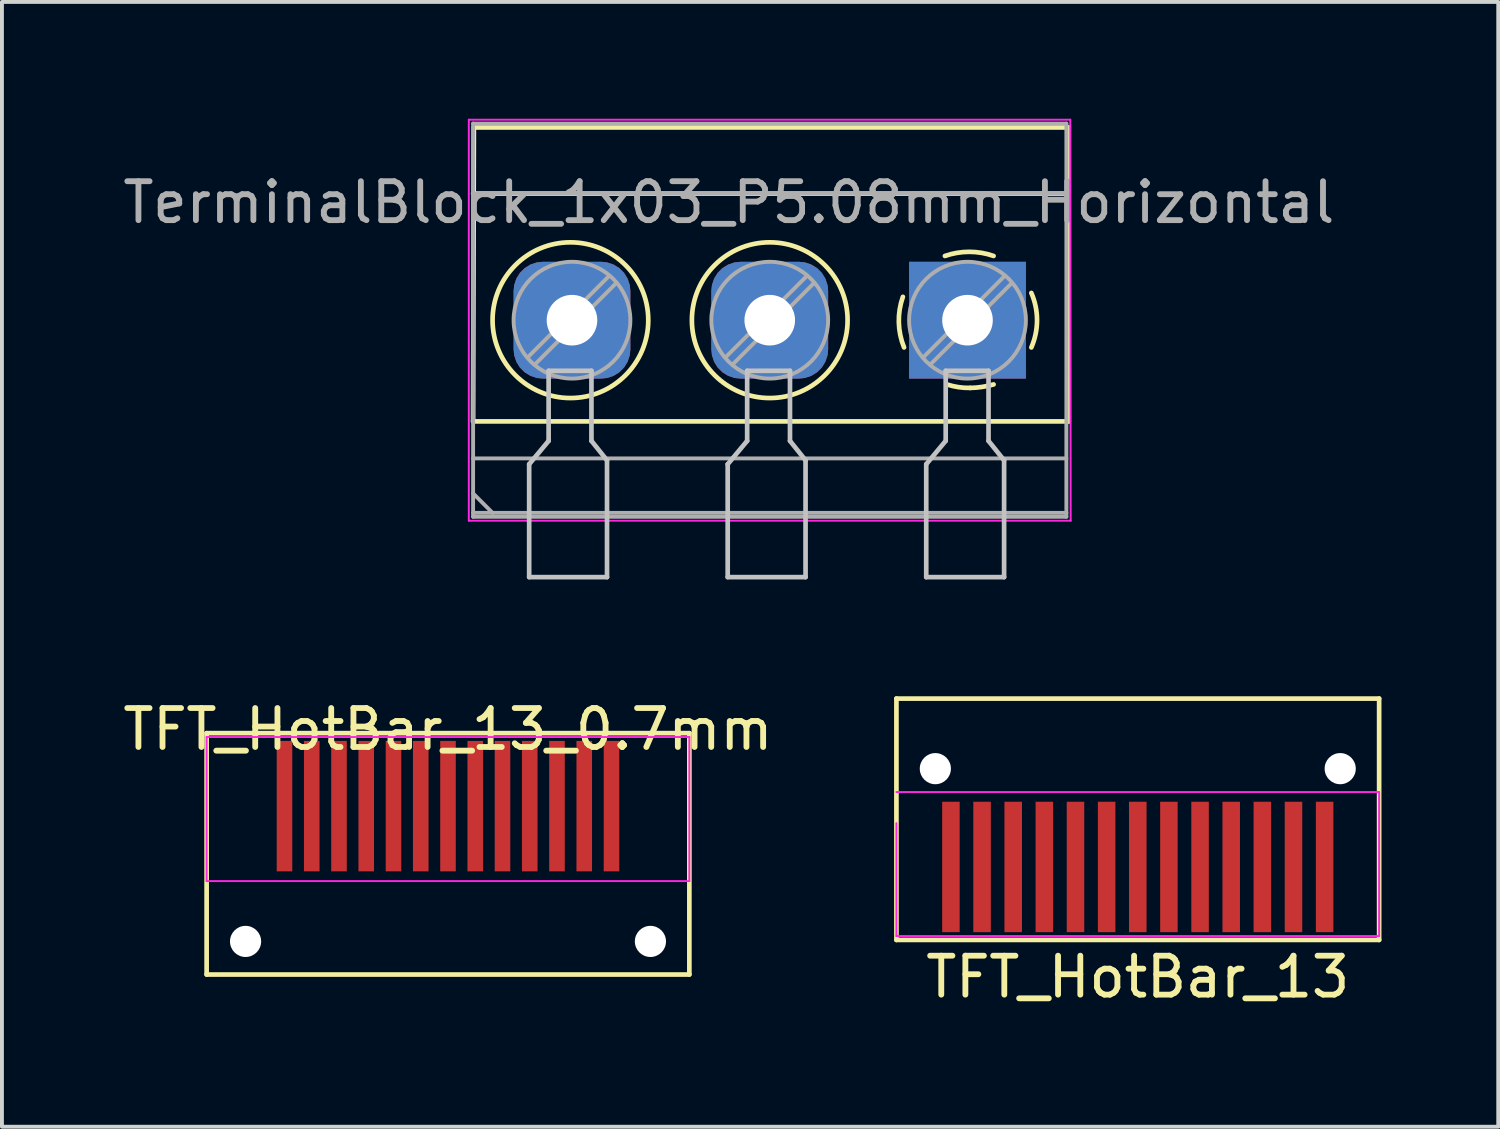
<source format=kicad_pcb>
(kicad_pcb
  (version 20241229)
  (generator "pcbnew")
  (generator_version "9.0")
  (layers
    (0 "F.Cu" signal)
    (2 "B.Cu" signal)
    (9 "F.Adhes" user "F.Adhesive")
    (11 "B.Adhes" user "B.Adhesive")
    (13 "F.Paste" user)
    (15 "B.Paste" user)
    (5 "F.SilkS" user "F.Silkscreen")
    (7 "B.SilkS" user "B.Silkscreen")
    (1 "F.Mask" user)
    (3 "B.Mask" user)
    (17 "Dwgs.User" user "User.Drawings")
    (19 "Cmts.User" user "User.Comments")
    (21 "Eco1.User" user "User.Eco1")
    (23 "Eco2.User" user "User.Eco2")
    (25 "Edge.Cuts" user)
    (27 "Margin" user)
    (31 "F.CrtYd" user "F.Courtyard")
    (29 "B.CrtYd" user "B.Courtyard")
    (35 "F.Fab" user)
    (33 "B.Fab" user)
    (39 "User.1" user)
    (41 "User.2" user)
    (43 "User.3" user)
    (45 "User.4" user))
  (footprint "TFT_HotBar_13_0.7mm"
    (layer "F.Cu")
    (at 8.458 18.983)
    (property "Reference" "TFT_HotBar_13_0.7mm" (at 0 -3.3 180) (layer "F.SilkS") (effects (font (size 1 1) (thickness 0.15))))
    (attr through_hole)
    (fp_line (start -6.2 -3.2) (end -6.2 3) (stroke (width 0.12) (type default)) (layer "F.SilkS"))
    (fp_line (start 6.2 -3.2) (end -6.2 -3.2) (stroke (width 0.12) (type default)) (layer "F.SilkS"))
    (fp_line (start 6.2 -3.2) (end 6.2 3) (stroke (width 0.12) (type default)) (layer "F.SilkS"))
    (fp_line (start 6.2 3) (end -6.2 3) (stroke (width 0.12) (type default)) (layer "F.SilkS"))
    (fp_line (start -6.2 0.6) (end -6.2 -3.1) (stroke (width 0.05) (type default)) (layer "F.CrtYd"))
    (fp_line (start 6.2 -3.1) (end -6.2 -3.1) (stroke (width 0.05) (type default)) (layer "F.CrtYd"))
    (fp_line (start 6.2 0.6) (end -6.2 0.6) (stroke (width 0.05) (type default)) (layer "F.CrtYd"))
    (fp_line (start 6.2 0.6) (end 6.2 -3.1) (stroke (width 0.05) (type default)) (layer "F.CrtYd"))
    (pad "" np_thru_hole circle (at -5.2 2.15 180) (size 0.8 0.8) (drill 0.8) (layers "*.Cu" "*.Mask"))
    (pad "" np_thru_hole circle (at 5.2 2.15 180) (size 0.8 0.8) (drill 0.8) (layers "*.Cu" "*.Mask"))
    (pad "1" smd rect (at 4.2 -1.325 180) (size 0.4 3.35) (layers "F.Cu" "F.Mask" "F.Paste"))
    (pad "2" smd rect (at 3.5 -1.325 180) (size 0.4 3.35) (layers "F.Cu" "F.Mask" "F.Paste"))
    (pad "3" smd rect (at 2.8 -1.325 180) (size 0.4 3.35) (layers "F.Cu" "F.Mask" "F.Paste"))
    (pad "4" smd rect (at 2.1 -1.325 180) (size 0.4 3.35) (layers "F.Cu" "F.Mask" "F.Paste"))
    (pad "5" smd rect (at 1.4 -1.325 180) (size 0.4 3.35) (layers "F.Cu" "F.Mask" "F.Paste"))
    (pad "6" smd rect (at 0.7 -1.325 180) (size 0.4 3.35) (layers "F.Cu" "F.Mask" "F.Paste"))
    (pad "7" smd rect (at 0 -1.325 180) (size 0.4 3.35) (layers "F.Cu" "F.Mask" "F.Paste"))
    (pad "8" smd rect (at -0.7 -1.325 180) (size 0.4 3.35) (layers "F.Cu" "F.Mask" "F.Paste"))
    (pad "9" smd rect (at -1.4 -1.325 180) (size 0.4 3.35) (layers "F.Cu" "F.Mask" "F.Paste"))
    (pad "10" smd rect (at -2.1 -1.325 180) (size 0.4 3.35) (layers "F.Cu" "F.Mask" "F.Paste"))
    (pad "11" smd rect (at -2.8 -1.325 180) (size 0.4 3.35) (layers "F.Cu" "F.Mask" "F.Paste"))
    (pad "12" smd rect (at -3.5 -1.325 180) (size 0.4 3.35) (layers "F.Cu" "F.Mask" "F.Paste"))
    (pad "13" smd rect (at -4.2 -1.325 180) (size 0.4 3.35) (layers "F.Cu" "F.Mask" "F.Paste")))
  (footprint "TFT_HotBar_13"
    (layer "F.Cu")
    (at 26.177 19.695)
    (property "Reference" "TFT_HotBar_13" (at 0 2.35 0) (layer "F.SilkS") (effects (font (size 1 1) (thickness 0.15))))
    (attr through_hole)
    (fp_line (start -6.2 -4.8) (end 6.2 -4.8) (stroke (width 0.12) (type default)) (layer "F.SilkS"))
    (fp_line (start -6.2 1.4) (end -6.2 -4.8) (stroke (width 0.12) (type default)) (layer "F.SilkS"))
    (fp_line (start -6.2 1.4) (end 6.2 1.4) (stroke (width 0.12) (type default)) (layer "F.SilkS"))
    (fp_line (start 6.2 1.4) (end 6.2 -4.8) (stroke (width 0.12) (type default)) (layer "F.SilkS"))
    (fp_line (start -6.2 -2.4) (end 6.2 -2.4) (stroke (width 0.05) (type default)) (layer "F.CrtYd"))
    (fp_line (start -6.2 -1.6) (end -6.2 1.3) (stroke (width 0.05) (type default)) (layer "F.CrtYd"))
    (fp_line (start -6.2 1.3) (end 6.2 1.3) (stroke (width 0.05) (type default)) (layer "F.CrtYd"))
    (fp_line (start 6.2 -2.4) (end 6.2 1.3) (stroke (width 0.05) (type default)) (layer "F.CrtYd"))
    (pad "" np_thru_hole circle (at -5.2 -3) (size 0.8 0.8) (drill 0.8) (layers "*.Cu" "*.Mask"))
    (pad "" np_thru_hole circle (at 5.2 -3) (size 0.8 0.8) (drill 0.8) (layers "*.Cu" "*.Mask"))
    (pad "1" smd rect (at -4.8 -0.475) (size 0.45 3.35) (layers "F.Cu" "F.Mask" "F.Paste"))
    (pad "2" smd rect (at -4 -0.475) (size 0.45 3.35) (layers "F.Cu" "F.Mask" "F.Paste"))
    (pad "3" smd rect (at -3.2 -0.475) (size 0.45 3.35) (layers "F.Cu" "F.Mask" "F.Paste"))
    (pad "4" smd rect (at -2.4 -0.475) (size 0.45 3.35) (layers "F.Cu" "F.Mask" "F.Paste"))
    (pad "5" smd rect (at -1.6 -0.475) (size 0.45 3.35) (layers "F.Cu" "F.Mask" "F.Paste"))
    (pad "6" smd rect (at -0.8 -0.475) (size 0.45 3.35) (layers "F.Cu" "F.Mask" "F.Paste"))
    (pad "7" smd rect (at 0 -0.475) (size 0.45 3.35) (layers "F.Cu" "F.Mask" "F.Paste"))
    (pad "8" smd rect (at 0.8 -0.475) (size 0.45 3.35) (layers "F.Cu" "F.Mask" "F.Paste"))
    (pad "9" smd rect (at 1.6 -0.475) (size 0.45 3.35) (layers "F.Cu" "F.Mask" "F.Paste"))
    (pad "10" smd rect (at 2.4 -0.475) (size 0.45 3.35) (layers "F.Cu" "F.Mask" "F.Paste"))
    (pad "11" smd rect (at 3.2 -0.475) (size 0.45 3.35) (layers "F.Cu" "F.Mask" "F.Paste"))
    (pad "12" smd rect (at 4 -0.475) (size 0.45 3.35) (layers "F.Cu" "F.Mask" "F.Paste"))
    (pad "13" smd rect (at 4.8 -0.475) (size 0.45 3.35) (layers "F.Cu" "F.Mask" "F.Paste")))
  (footprint "TerminalBlock_1x03_P5.08mm_Horizontal"
    (layer "F.Cu")
    (at 16.723 5.175)
    (property "Reference" "TerminalBlock_1x03_P5.08mm_Horizontal" (at -1.05 -3.025 0) (layer "F.Fab") (effects (font (size 1 1) (thickness 0.15))))
    (property "Value" "(${VALUE})" (at 0 -7.2 0) (layer "F.SilkS") (hide yes) (effects (font (size 1.5 1.5) (thickness 0.3) (bold yes))))
    (attr through_hole)
    (fp_line (start -7.62 -3.251) (end 7.68 -3.251) (stroke (width 0.12) (type solid)) (layer "F.SilkS"))
    (fp_line (start -7.62 2.6) (end 7.68 2.6) (stroke (width 0.12) (type solid)) (layer "F.SilkS"))
    (fp_line (start -7.6 -4.95) (end -7.62 2.6) (stroke (width 0.12) (type solid)) (layer "F.SilkS"))
    (fp_line (start -7.6 -4.95) (end 7.68 -4.95) (stroke (width 0.12) (type solid)) (layer "F.SilkS"))
    (fp_line (start 7.68 -4.95) (end 7.68 2.6) (stroke (width 0.12) (type solid)) (layer "F.SilkS"))
    (fp_arc (start 3.45 0.7) (mid 3.315925 0.052748) (end 3.42 -0.6) (stroke (width 0.12) (type solid)) (layer "F.SilkS"))
    (fp_arc (start 4.5 -1.65) (mid 5.125 -1.756221) (end 5.75 -1.65) (stroke (width 0.12) (type solid)) (layer "F.SilkS"))
    (fp_arc (start 5.149826 1.739818) (mid 4.846182 1.719826) (end 4.55 1.65) (stroke (width 0.12) (type solid)) (layer "F.SilkS"))
    (fp_arc (start 5.75 1.65) (mid 5.452868 1.714655) (end 5.149826 1.739818) (stroke (width 0.12) (type solid)) (layer "F.SilkS"))
    (fp_arc (start 6.72 -0.7) (mid 6.866425 0) (end 6.72 0.7) (stroke (width 0.12) (type solid)) (layer "F.SilkS"))
    (fp_circle (center -5.12 0) (end -3.12 0) (stroke (width 0.12) (type solid)) (fill no) (layer "F.SilkS"))
    (fp_circle (center 0 0) (end 2 0) (stroke (width 0.12) (type solid)) (fill no) (layer "F.SilkS"))
    (fp_line (start -6.18 3.7) (end -6.18 6.6) (stroke (width 0.12) (type solid)) (layer "Dwgs.User"))
    (fp_line (start -6.18 6.6) (end -4.18 6.6) (stroke (width 0.12) (type solid)) (layer "Dwgs.User"))
    (fp_line (start -5.68 1.3) (end -5.68 3.1) (stroke (width 0.12) (type solid)) (layer "Dwgs.User"))
    (fp_line (start -5.68 3.1) (end -6.18 3.7) (stroke (width 0.12) (type solid)) (layer "Dwgs.User"))
    (fp_line (start -4.58 1.3) (end -5.68 1.3) (stroke (width 0.12) (type solid)) (layer "Dwgs.User"))
    (fp_line (start -4.58 3.1) (end -4.58 1.3) (stroke (width 0.12) (type solid)) (layer "Dwgs.User"))
    (fp_line (start -4.18 3.6) (end -4.58 3.1) (stroke (width 0.12) (type solid)) (layer "Dwgs.User"))
    (fp_line (start -4.18 6.6) (end -4.18 3.6) (stroke (width 0.12) (type solid)) (layer "Dwgs.User"))
    (fp_line (start -1.08 3.7) (end -1.08 6.6) (stroke (width 0.12) (type solid)) (layer "Dwgs.User"))
    (fp_line (start -1.08 6.6) (end 0.92 6.6) (stroke (width 0.12) (type solid)) (layer "Dwgs.User"))
    (fp_line (start -0.58 1.3) (end -0.58 3.1) (stroke (width 0.12) (type solid)) (layer "Dwgs.User"))
    (fp_line (start -0.58 3.1) (end -1.08 3.7) (stroke (width 0.12) (type solid)) (layer "Dwgs.User"))
    (fp_line (start 0.52 1.3) (end -0.58 1.3) (stroke (width 0.12) (type solid)) (layer "Dwgs.User"))
    (fp_line (start 0.52 3.1) (end 0.52 1.3) (stroke (width 0.12) (type solid)) (layer "Dwgs.User"))
    (fp_line (start 0.92 3.6) (end 0.52 3.1) (stroke (width 0.12) (type solid)) (layer "Dwgs.User"))
    (fp_line (start 0.92 6.6) (end 0.92 3.6) (stroke (width 0.12) (type solid)) (layer "Dwgs.User"))
    (fp_line (start 4.02 3.7) (end 4.02 6.6) (stroke (width 0.12) (type solid)) (layer "Dwgs.User"))
    (fp_line (start 4.02 6.6) (end 6.02 6.6) (stroke (width 0.12) (type solid)) (layer "Dwgs.User"))
    (fp_line (start 4.52 1.3) (end 4.52 3.1) (stroke (width 0.12) (type solid)) (layer "Dwgs.User"))
    (fp_line (start 4.52 3.1) (end 4.02 3.7) (stroke (width 0.12) (type solid)) (layer "Dwgs.User"))
    (fp_line (start 5.62 1.3) (end 4.52 1.3) (stroke (width 0.12) (type solid)) (layer "Dwgs.User"))
    (fp_line (start 5.62 3.1) (end 5.62 1.3) (stroke (width 0.12) (type solid)) (layer "Dwgs.User"))
    (fp_line (start 6.02 3.6) (end 5.62 3.1) (stroke (width 0.12) (type solid)) (layer "Dwgs.User"))
    (fp_line (start 6.02 6.6) (end 6.02 3.6) (stroke (width 0.12) (type solid)) (layer "Dwgs.User"))
    (fp_line (start -7.92 4.51) (end -7.92 5.25) (stroke (width 0.12) (type solid)) (layer "Eco2.User"))
    (fp_line (start -7.92 5.25) (end -7.42 5.25) (stroke (width 0.12) (type solid)) (layer "Eco2.User"))
    (fp_line (start -7.68 5.05) (end -7.62 2.6) (stroke (width 0.12) (type solid)) (layer "Eco2.User"))
    (fp_line (start -7.68 5.05) (end 7.68 5.05) (stroke (width 0.12) (type solid)) (layer "Eco2.User"))
    (fp_line (start 7.68 5.05) (end 7.68 2.6) (stroke (width 0.12) (type solid)) (layer "Eco2.User"))
    (fp_line (start -7.73 -5.15) (end -7.73 5.15) (stroke (width 0.05) (type solid)) (layer "F.CrtYd"))
    (fp_line (start -7.73 5.15) (end 7.73 5.15) (stroke (width 0.05) (type solid)) (layer "F.CrtYd"))
    (fp_line (start 7.72 -5.15) (end -7.73 -5.15) (stroke (width 0.05) (type solid)) (layer "F.CrtYd"))
    (fp_line (start 7.73 5.15) (end 7.72 -5.15) (stroke (width 0.05) (type solid)) (layer "F.CrtYd"))
    (fp_line (start -7.62 -5.05) (end 7.62 -5.05) (stroke (width 0.1) (type solid)) (layer "F.Fab"))
    (fp_line (start -7.62 -3.25) (end 7.62 -3.25) (stroke (width 0.1) (type solid)) (layer "F.Fab"))
    (fp_line (start -7.62 3.55) (end 7.62 3.55) (stroke (width 0.1) (type solid)) (layer "F.Fab"))
    (fp_line (start -7.62 5.05) (end -7.62 -5.05) (stroke (width 0.1) (type solid)) (layer "F.Fab"))
    (fp_line (start -7.62 5.05) (end 7.62 5.05) (stroke (width 0.1) (type solid)) (layer "F.Fab"))
    (fp_line (start -7.12 4.95) (end -7.62 4.45) (stroke (width 0.1) (type solid)) (layer "F.Fab"))
    (fp_line (start -4.125 -1.138) (end -6.218 0.955) (stroke (width 0.1) (type solid)) (layer "F.Fab"))
    (fp_line (start -3.942 -0.955) (end -6.035 1.138) (stroke (width 0.1) (type solid)) (layer "F.Fab"))
    (fp_line (start 0.955 -1.138) (end -1.137 0.955) (stroke (width 0.1) (type solid)) (layer "F.Fab"))
    (fp_line (start 1.138 -0.955) (end -0.954 1.138) (stroke (width 0.1) (type solid)) (layer "F.Fab"))
    (fp_line (start 6.035 -1.138) (end 3.943 0.955) (stroke (width 0.1) (type solid)) (layer "F.Fab"))
    (fp_line (start 6.218 -0.955) (end 4.126 1.138) (stroke (width 0.1) (type solid)) (layer "F.Fab"))
    (fp_line (start 7.62 -5.05) (end 7.62 5.05) (stroke (width 0.1) (type solid)) (layer "F.Fab"))
    (fp_line (start 7.62 4.95) (end -7.62 4.95) (stroke (width 0.1) (type solid)) (layer "F.Fab"))
    (fp_circle (center -5.08 0) (end -3.58 0) (stroke (width 0.1) (type solid)) (fill no) (layer "F.Fab"))
    (fp_circle (center 0 0) (end 1.5 0) (stroke (width 0.1) (type solid)) (fill no) (layer "F.Fab"))
    (fp_circle (center 5.08 0) (end 6.58 0) (stroke (width 0.1) (type solid)) (fill no) (layer "F.Fab"))
    (pad "1" thru_hole rect (at 5.08 0) (size 3 3) (drill 1.3) (layers "*.Cu" "*.Mask"))
    (pad "2" thru_hole roundrect (at 0 0) (size 3 3) (drill 1.3) (layers "*.Cu" "*.Mask") (roundrect_rratio 0.25))
    (pad "3" thru_hole roundrect (at -5.08 0) (size 3 3) (drill 1.3) (layers "*.Cu" "*.Mask") (roundrect_rratio 0.25)))
  (gr_rect
    (start -3 -3)
    (end 35.437 25.893)
    (stroke (width 0.1) (type default))
    (fill no)
    (layer "Edge.Cuts")))
</source>
